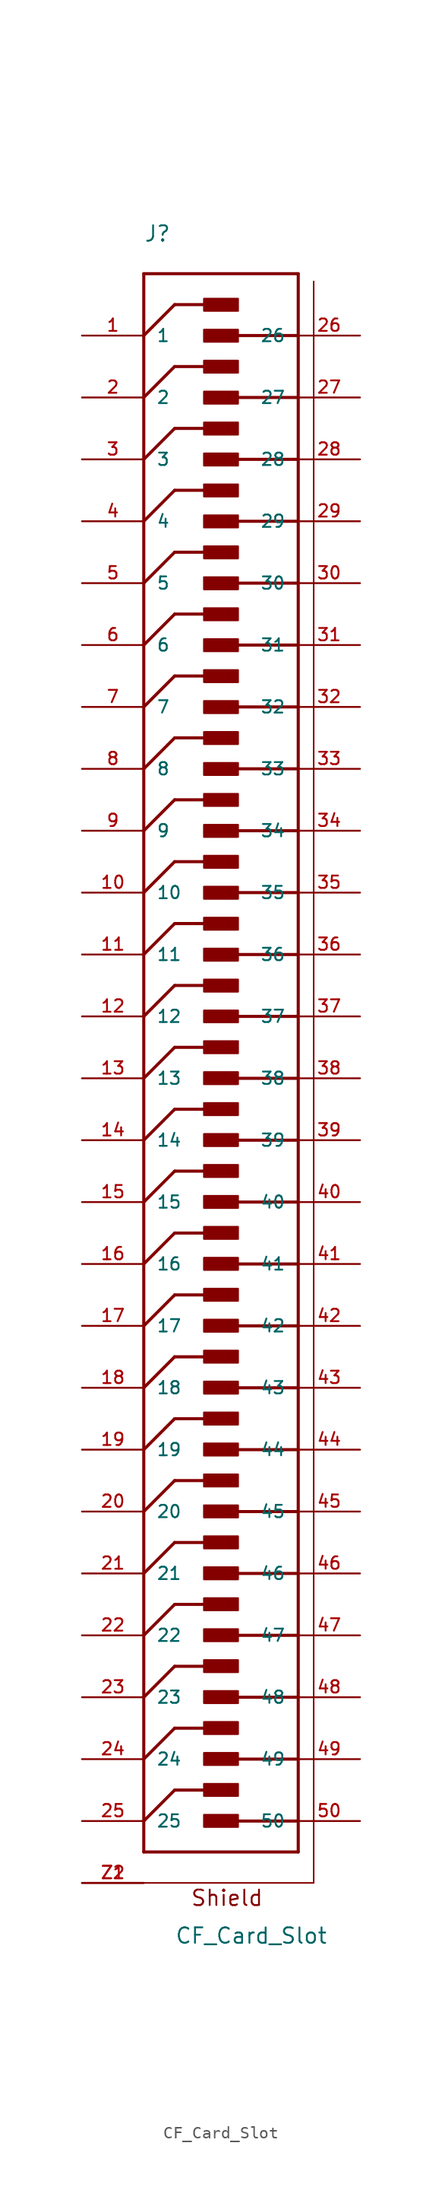
<source format=kicad_sym>
(kicad_symbol_lib
  (version 20211014)
  (generator kicad_symbol_editor)
  (symbol "CF_Card_Slot"
    (pin_names
      (offset 1.016))
    (property "Reference" "J"
      (at -5.08 63.5 0)
      (effects (font (size 1.27 1.27)) (justify left bottom)))
    (property "Value" "CF_Card_Slot"
      (at -2.54 -76.2 0)
      (effects (font (size 1.27 1.27)) (justify left bottom)))
    (symbol "CF_Card_Slot_0_0"
      (rectangle (start -0.127 -66.523) (end 2.667 -65.532) (stroke (width 0) (type default) (color 0 0 0 0)) (fill (type outline)))
      (rectangle (start -0.127 -63.983) (end 2.667 -62.992) (stroke (width 0) (type default) (color 0 0 0 0)) (fill (type outline)))
      (rectangle (start -0.127 -61.443) (end 2.667 -60.452) (stroke (width 0) (type default) (color 0 0 0 0)) (fill (type outline)))
      (rectangle (start -0.127 -58.903) (end 2.667 -57.912) (stroke (width 0) (type default) (color 0 0 0 0)) (fill (type outline)))
      (rectangle (start -0.127 -56.363) (end 2.667 -55.372) (stroke (width 0) (type default) (color 0 0 0 0)) (fill (type outline)))
      (rectangle (start -0.127 -53.823) (end 2.667 -52.832) (stroke (width 0) (type default) (color 0 0 0 0)) (fill (type outline)))
      (rectangle (start -0.127 -51.283) (end 2.667 -50.292) (stroke (width 0) (type default) (color 0 0 0 0)) (fill (type outline)))
      (rectangle (start -0.127 -48.743) (end 2.667 -47.752) (stroke (width 0) (type default) (color 0 0 0 0)) (fill (type outline)))
      (rectangle (start -0.127 -46.203) (end 2.667 -45.212) (stroke (width 0) (type default) (color 0 0 0 0)) (fill (type outline)))
      (rectangle (start -0.127 -43.663) (end 2.667 -42.672) (stroke (width 0) (type default) (color 0 0 0 0)) (fill (type outline)))
      (rectangle (start -0.127 -41.123) (end 2.667 -40.132) (stroke (width 0) (type default) (color 0 0 0 0)) (fill (type outline)))
      (rectangle (start -0.127 -38.583) (end 2.667 -37.592) (stroke (width 0) (type default) (color 0 0 0 0)) (fill (type outline)))
      (rectangle (start -0.127 -36.043) (end 2.667 -35.052) (stroke (width 0) (type default) (color 0 0 0 0)) (fill (type outline)))
      (rectangle (start -0.127 -33.503) (end 2.667 -32.512) (stroke (width 0) (type default) (color 0 0 0 0)) (fill (type outline)))
      (rectangle (start -0.127 -30.963) (end 2.667 -29.972) (stroke (width 0) (type default) (color 0 0 0 0)) (fill (type outline)))
      (rectangle (start -0.127 -28.423) (end 2.667 -27.432) (stroke (width 0) (type default) (color 0 0 0 0)) (fill (type outline)))
      (rectangle (start -0.127 -25.883) (end 2.667 -24.892) (stroke (width 0) (type default) (color 0 0 0 0)) (fill (type outline)))
      (rectangle (start -0.127 -23.343) (end 2.667 -22.352) (stroke (width 0) (type default) (color 0 0 0 0)) (fill (type outline)))
      (rectangle (start -0.127 -20.803) (end 2.667 -19.812) (stroke (width 0) (type default) (color 0 0 0 0)) (fill (type outline)))
      (rectangle (start -0.127 -18.263) (end 2.667 -17.272) (stroke (width 0) (type default) (color 0 0 0 0)) (fill (type outline)))
      (rectangle (start -0.127 -15.723) (end 2.667 -14.732) (stroke (width 0) (type default) (color 0 0 0 0)) (fill (type outline)))
      (rectangle (start -0.127 -13.183) (end 2.667 -12.192) (stroke (width 0) (type default) (color 0 0 0 0)) (fill (type outline)))
      (rectangle (start -0.127 -10.643) (end 2.667 -9.652) (stroke (width 0) (type default) (color 0 0 0 0)) (fill (type outline)))
      (rectangle (start -0.127 -8.103) (end 2.667 -7.112) (stroke (width 0) (type default) (color 0 0 0 0)) (fill (type outline)))
      (rectangle (start -0.127 -5.563) (end 2.667 -4.572) (stroke (width 0) (type default) (color 0 0 0 0)) (fill (type outline)))
      (rectangle (start -0.127 -3.023) (end 2.667 -2.032) (stroke (width 0) (type default) (color 0 0 0 0)) (fill (type outline)))
      (rectangle (start -0.127 -0.483) (end 2.667 0.483) (stroke (width 0) (type default) (color 0 0 0 0)) (fill (type outline)))
      (rectangle (start -0.127 2.032) (end 2.667 3.023) (stroke (width 0) (type default) (color 0 0 0 0)) (fill (type outline)))
      (rectangle (start -0.127 4.572) (end 2.667 5.563) (stroke (width 0) (type default) (color 0 0 0 0)) (fill (type outline)))
      (rectangle (start -0.127 7.112) (end 2.667 8.103) (stroke (width 0) (type default) (color 0 0 0 0)) (fill (type outline)))
      (rectangle (start -0.127 9.652) (end 2.667 10.643) (stroke (width 0) (type default) (color 0 0 0 0)) (fill (type outline)))
      (rectangle (start -0.127 12.192) (end 2.667 13.183) (stroke (width 0) (type default) (color 0 0 0 0)) (fill (type outline)))
      (rectangle (start -0.127 14.732) (end 2.667 15.723) (stroke (width 0) (type default) (color 0 0 0 0)) (fill (type outline)))
      (rectangle (start -0.127 17.272) (end 2.667 18.263) (stroke (width 0) (type default) (color 0 0 0 0)) (fill (type outline)))
      (rectangle (start -0.127 19.812) (end 2.667 20.803) (stroke (width 0) (type default) (color 0 0 0 0)) (fill (type outline)))
      (rectangle (start -0.127 22.352) (end 2.667 23.343) (stroke (width 0) (type default) (color 0 0 0 0)) (fill (type outline)))
      (rectangle (start -0.127 24.892) (end 2.667 25.883) (stroke (width 0) (type default) (color 0 0 0 0)) (fill (type outline)))
      (rectangle (start -0.127 27.432) (end 2.667 28.423) (stroke (width 0) (type default) (color 0 0 0 0)) (fill (type outline)))
      (rectangle (start -0.127 29.972) (end 2.667 30.963) (stroke (width 0) (type default) (color 0 0 0 0)) (fill (type outline)))
      (rectangle (start -0.127 32.512) (end 2.667 33.503) (stroke (width 0) (type default) (color 0 0 0 0)) (fill (type outline)))
      (rectangle (start -0.127 35.052) (end 2.667 36.043) (stroke (width 0) (type default) (color 0 0 0 0)) (fill (type outline)))
      (rectangle (start -0.127 37.592) (end 2.667 38.583) (stroke (width 0) (type default) (color 0 0 0 0)) (fill (type outline)))
      (rectangle (start -0.127 40.132) (end 2.667 41.123) (stroke (width 0) (type default) (color 0 0 0 0)) (fill (type outline)))
      (rectangle (start -0.127 42.672) (end 2.667 43.663) (stroke (width 0) (type default) (color 0 0 0 0)) (fill (type outline)))
      (rectangle (start -0.127 45.212) (end 2.667 46.203) (stroke (width 0) (type default) (color 0 0 0 0)) (fill (type outline)))
      (rectangle (start -0.127 47.752) (end 2.667 48.743) (stroke (width 0) (type default) (color 0 0 0 0)) (fill (type outline)))
      (rectangle (start -0.127 50.292) (end 2.667 51.283) (stroke (width 0) (type default) (color 0 0 0 0)) (fill (type outline)))
      (rectangle (start -0.127 52.832) (end 2.667 53.823) (stroke (width 0) (type default) (color 0 0 0 0)) (fill (type outline)))
      (rectangle (start -0.127 55.372) (end 2.667 56.363) (stroke (width 0) (type default) (color 0 0 0 0)) (fill (type outline)))
      (rectangle (start -0.127 57.912) (end 2.667 58.903) (stroke (width 0) (type default) (color 0 0 0 0)) (fill (type outline)))
      (polyline (pts (xy -5.08 -71.12) (xy 8.89 -71.12)) (stroke (width 0.127) (type default) (color 0 0 0 0)) (fill (type none)))
      (polyline (pts (xy -5.08 -68.58) (xy 7.62 -68.58)) (stroke (width 0.254) (type default) (color 0 0 0 0)) (fill (type none)))
      (polyline (pts (xy -5.08 55.88) (xy -5.08 -68.58)) (stroke (width 0.254) (type default) (color 0 0 0 0)) (fill (type none)))
      (polyline (pts (xy -5.08 60.96) (xy -5.08 55.88)) (stroke (width 0.254) (type default) (color 0 0 0 0)) (fill (type none)))
      (polyline (pts (xy -5.08 60.96) (xy 7.62 60.96)) (stroke (width 0.254) (type default) (color 0 0 0 0)) (fill (type none)))
      (polyline (pts (xy -2.54 -63.5) (xy -5.08 -66.04)) (stroke (width 0.254) (type default) (color 0 0 0 0)) (fill (type none)))
      (polyline (pts (xy -2.54 -58.42) (xy -5.08 -60.96)) (stroke (width 0.254) (type default) (color 0 0 0 0)) (fill (type none)))
      (polyline (pts (xy -2.54 -53.34) (xy -5.08 -55.88)) (stroke (width 0.254) (type default) (color 0 0 0 0)) (fill (type none)))
      (polyline (pts (xy -2.54 -48.26) (xy -5.08 -50.8)) (stroke (width 0.254) (type default) (color 0 0 0 0)) (fill (type none)))
      (polyline (pts (xy -2.54 -43.18) (xy -5.08 -45.72)) (stroke (width 0.254) (type default) (color 0 0 0 0)) (fill (type none)))
      (polyline (pts (xy -2.54 -38.1) (xy -5.08 -40.64)) (stroke (width 0.254) (type default) (color 0 0 0 0)) (fill (type none)))
      (polyline (pts (xy -2.54 -33.02) (xy -5.08 -35.56)) (stroke (width 0.254) (type default) (color 0 0 0 0)) (fill (type none)))
      (polyline (pts (xy -2.54 -27.94) (xy -5.08 -30.48)) (stroke (width 0.254) (type default) (color 0 0 0 0)) (fill (type none)))
      (polyline (pts (xy -2.54 -22.86) (xy -5.08 -25.4)) (stroke (width 0.254) (type default) (color 0 0 0 0)) (fill (type none)))
      (polyline (pts (xy -2.54 -17.78) (xy -5.08 -20.32)) (stroke (width 0.254) (type default) (color 0 0 0 0)) (fill (type none)))
      (polyline (pts (xy -2.54 -12.7) (xy -5.08 -15.24)) (stroke (width 0.254) (type default) (color 0 0 0 0)) (fill (type none)))
      (polyline (pts (xy -2.54 -7.62) (xy -5.08 -10.16)) (stroke (width 0.254) (type default) (color 0 0 0 0)) (fill (type none)))
      (polyline (pts (xy -2.54 -2.54) (xy -5.08 -5.08)) (stroke (width 0.254) (type default) (color 0 0 0 0)) (fill (type none)))
      (polyline (pts (xy -2.54 2.54) (xy -5.08 0)) (stroke (width 0.254) (type default) (color 0 0 0 0)) (fill (type none)))
      (polyline (pts (xy -2.54 7.62) (xy -5.08 5.08)) (stroke (width 0.254) (type default) (color 0 0 0 0)) (fill (type none)))
      (polyline (pts (xy -2.54 12.7) (xy -5.08 10.16)) (stroke (width 0.254) (type default) (color 0 0 0 0)) (fill (type none)))
      (polyline (pts (xy -2.54 17.78) (xy -5.08 15.24)) (stroke (width 0.254) (type default) (color 0 0 0 0)) (fill (type none)))
      (polyline (pts (xy -2.54 22.86) (xy -5.08 20.32)) (stroke (width 0.254) (type default) (color 0 0 0 0)) (fill (type none)))
      (polyline (pts (xy -2.54 27.94) (xy -5.08 25.4)) (stroke (width 0.254) (type default) (color 0 0 0 0)) (fill (type none)))
      (polyline (pts (xy -2.54 33.02) (xy -5.08 30.48)) (stroke (width 0.254) (type default) (color 0 0 0 0)) (fill (type none)))
      (polyline (pts (xy -2.54 38.1) (xy -5.08 35.56)) (stroke (width 0.254) (type default) (color 0 0 0 0)) (fill (type none)))
      (polyline (pts (xy -2.54 43.18) (xy -5.08 40.64)) (stroke (width 0.254) (type default) (color 0 0 0 0)) (fill (type none)))
      (polyline (pts (xy -2.54 48.26) (xy -5.08 45.72)) (stroke (width 0.254) (type default) (color 0 0 0 0)) (fill (type none)))
      (polyline (pts (xy -2.54 53.34) (xy -5.08 50.8)) (stroke (width 0.254) (type default) (color 0 0 0 0)) (fill (type none)))
      (polyline (pts (xy -2.54 58.42) (xy -5.08 55.88)) (stroke (width 0.254) (type default) (color 0 0 0 0)) (fill (type none)))
      (polyline (pts (xy 0 -63.5) (xy -2.54 -63.5)) (stroke (width 0.254) (type default) (color 0 0 0 0)) (fill (type none)))
      (polyline (pts (xy 0 -58.42) (xy -2.54 -58.42)) (stroke (width 0.254) (type default) (color 0 0 0 0)) (fill (type none)))
      (polyline (pts (xy 0 -53.34) (xy -2.54 -53.34)) (stroke (width 0.254) (type default) (color 0 0 0 0)) (fill (type none)))
      (polyline (pts (xy 0 -48.26) (xy -2.54 -48.26)) (stroke (width 0.254) (type default) (color 0 0 0 0)) (fill (type none)))
      (polyline (pts (xy 0 -43.18) (xy -2.54 -43.18)) (stroke (width 0.254) (type default) (color 0 0 0 0)) (fill (type none)))
      (polyline (pts (xy 0 -38.1) (xy -2.54 -38.1)) (stroke (width 0.254) (type default) (color 0 0 0 0)) (fill (type none)))
      (polyline (pts (xy 0 -33.02) (xy -2.54 -33.02)) (stroke (width 0.254) (type default) (color 0 0 0 0)) (fill (type none)))
      (polyline (pts (xy 0 -27.94) (xy -2.54 -27.94)) (stroke (width 0.254) (type default) (color 0 0 0 0)) (fill (type none)))
      (polyline (pts (xy 0 -22.86) (xy -2.54 -22.86)) (stroke (width 0.254) (type default) (color 0 0 0 0)) (fill (type none)))
      (polyline (pts (xy 0 -17.78) (xy -2.54 -17.78)) (stroke (width 0.254) (type default) (color 0 0 0 0)) (fill (type none)))
      (polyline (pts (xy 0 -12.7) (xy -2.54 -12.7)) (stroke (width 0.254) (type default) (color 0 0 0 0)) (fill (type none)))
      (polyline (pts (xy 0 -7.62) (xy -2.54 -7.62)) (stroke (width 0.254) (type default) (color 0 0 0 0)) (fill (type none)))
      (polyline (pts (xy 0 -2.54) (xy -2.54 -2.54)) (stroke (width 0.254) (type default) (color 0 0 0 0)) (fill (type none)))
      (polyline (pts (xy 0 2.54) (xy -2.54 2.54)) (stroke (width 0.254) (type default) (color 0 0 0 0)) (fill (type none)))
      (polyline (pts (xy 0 7.62) (xy -2.54 7.62)) (stroke (width 0.254) (type default) (color 0 0 0 0)) (fill (type none)))
      (polyline (pts (xy 0 12.7) (xy -2.54 12.7)) (stroke (width 0.254) (type default) (color 0 0 0 0)) (fill (type none)))
      (polyline (pts (xy 0 17.78) (xy -2.54 17.78)) (stroke (width 0.254) (type default) (color 0 0 0 0)) (fill (type none)))
      (polyline (pts (xy 0 22.86) (xy -2.54 22.86)) (stroke (width 0.254) (type default) (color 0 0 0 0)) (fill (type none)))
      (polyline (pts (xy 0 27.94) (xy -2.54 27.94)) (stroke (width 0.254) (type default) (color 0 0 0 0)) (fill (type none)))
      (polyline (pts (xy 0 33.02) (xy -2.54 33.02)) (stroke (width 0.254) (type default) (color 0 0 0 0)) (fill (type none)))
      (polyline (pts (xy 0 38.1) (xy -2.54 38.1)) (stroke (width 0.254) (type default) (color 0 0 0 0)) (fill (type none)))
      (polyline (pts (xy 0 43.18) (xy -2.54 43.18)) (stroke (width 0.254) (type default) (color 0 0 0 0)) (fill (type none)))
      (polyline (pts (xy 0 48.26) (xy -2.54 48.26)) (stroke (width 0.254) (type default) (color 0 0 0 0)) (fill (type none)))
      (polyline (pts (xy 0 53.34) (xy -2.54 53.34)) (stroke (width 0.254) (type default) (color 0 0 0 0)) (fill (type none)))
      (polyline (pts (xy 0 58.42) (xy -2.54 58.42)) (stroke (width 0.254) (type default) (color 0 0 0 0)) (fill (type none)))
      (polyline (pts (xy 2.54 -66.04) (xy 7.62 -66.04)) (stroke (width 0.254) (type default) (color 0 0 0 0)) (fill (type none)))
      (polyline (pts (xy 2.54 -60.96) (xy 7.62 -60.96)) (stroke (width 0.254) (type default) (color 0 0 0 0)) (fill (type none)))
      (polyline (pts (xy 2.54 -55.88) (xy 7.62 -55.88)) (stroke (width 0.254) (type default) (color 0 0 0 0)) (fill (type none)))
      (polyline (pts (xy 2.54 -50.8) (xy 7.62 -50.8)) (stroke (width 0.254) (type default) (color 0 0 0 0)) (fill (type none)))
      (polyline (pts (xy 2.54 -45.72) (xy 7.62 -45.72)) (stroke (width 0.254) (type default) (color 0 0 0 0)) (fill (type none)))
      (polyline (pts (xy 2.54 -40.64) (xy 7.62 -40.64)) (stroke (width 0.254) (type default) (color 0 0 0 0)) (fill (type none)))
      (polyline (pts (xy 2.54 -35.56) (xy 7.62 -35.56)) (stroke (width 0.254) (type default) (color 0 0 0 0)) (fill (type none)))
      (polyline (pts (xy 2.54 -30.48) (xy 7.62 -30.48)) (stroke (width 0.254) (type default) (color 0 0 0 0)) (fill (type none)))
      (polyline (pts (xy 2.54 -25.4) (xy 7.62 -25.4)) (stroke (width 0.254) (type default) (color 0 0 0 0)) (fill (type none)))
      (polyline (pts (xy 2.54 -20.32) (xy 7.62 -20.32)) (stroke (width 0.254) (type default) (color 0 0 0 0)) (fill (type none)))
      (polyline (pts (xy 2.54 -15.24) (xy 7.62 -15.24)) (stroke (width 0.254) (type default) (color 0 0 0 0)) (fill (type none)))
      (polyline (pts (xy 2.54 -10.16) (xy 7.62 -10.16)) (stroke (width 0.254) (type default) (color 0 0 0 0)) (fill (type none)))
      (polyline (pts (xy 2.54 -5.08) (xy 7.62 -5.08)) (stroke (width 0.254) (type default) (color 0 0 0 0)) (fill (type none)))
      (polyline (pts (xy 2.54 0) (xy 7.62 0)) (stroke (width 0.254) (type default) (color 0 0 0 0)) (fill (type none)))
      (polyline (pts (xy 2.54 5.08) (xy 7.62 5.08)) (stroke (width 0.254) (type default) (color 0 0 0 0)) (fill (type none)))
      (polyline (pts (xy 2.54 10.16) (xy 7.62 10.16)) (stroke (width 0.254) (type default) (color 0 0 0 0)) (fill (type none)))
      (polyline (pts (xy 2.54 15.24) (xy 7.62 15.24)) (stroke (width 0.254) (type default) (color 0 0 0 0)) (fill (type none)))
      (polyline (pts (xy 2.54 20.32) (xy 7.62 20.32)) (stroke (width 0.254) (type default) (color 0 0 0 0)) (fill (type none)))
      (polyline (pts (xy 2.54 25.4) (xy 7.62 25.4)) (stroke (width 0.254) (type default) (color 0 0 0 0)) (fill (type none)))
      (polyline (pts (xy 2.54 30.48) (xy 7.62 30.48)) (stroke (width 0.254) (type default) (color 0 0 0 0)) (fill (type none)))
      (polyline (pts (xy 2.54 35.56) (xy 7.62 35.56)) (stroke (width 0.254) (type default) (color 0 0 0 0)) (fill (type none)))
      (polyline (pts (xy 2.54 40.64) (xy 7.62 40.64)) (stroke (width 0.254) (type default) (color 0 0 0 0)) (fill (type none)))
      (polyline (pts (xy 2.54 45.72) (xy 7.62 45.72)) (stroke (width 0.254) (type default) (color 0 0 0 0)) (fill (type none)))
      (polyline (pts (xy 2.54 50.8) (xy 7.62 50.8)) (stroke (width 0.254) (type default) (color 0 0 0 0)) (fill (type none)))
      (polyline (pts (xy 2.54 55.88) (xy 7.62 55.88)) (stroke (width 0.254) (type default) (color 0 0 0 0)) (fill (type none)))
      (polyline (pts (xy 7.62 -68.58) (xy 7.62 55.88)) (stroke (width 0.254) (type default) (color 0 0 0 0)) (fill (type none)))
      (polyline (pts (xy 7.62 55.88) (xy 7.62 60.96)) (stroke (width 0.254) (type default) (color 0 0 0 0)) (fill (type none)))
      (polyline (pts (xy 8.89 -71.12) (xy 8.89 60.325)) (stroke (width 0.127) (type default) (color 0 0 0 0)) (fill (type none)))
      (text "Shield" (at -1.27 -73.101 0) (effects (font (size 1.27 1.27)) (justify left bottom)))
      (pin power_in line (at -10.16 55.88 0) (length 5.08) (name "1" (effects (font (size 1.016 1.016)))) (number "1" (effects (font (size 1.016 1.016)))))
      (pin bidirectional line (at -10.16 10.16 0) (length 5.08) (name "10" (effects (font (size 1.016 1.016)))) (number "10" (effects (font (size 1.016 1.016)))))
      (pin bidirectional line (at -10.16 5.08 0) (length 5.08) (name "11" (effects (font (size 1.016 1.016)))) (number "11" (effects (font (size 1.016 1.016)))))
      (pin bidirectional line (at -10.16 0 0) (length 5.08) (name "12" (effects (font (size 1.016 1.016)))) (number "12" (effects (font (size 1.016 1.016)))))
      (pin power_in line (at -10.16 -5.08 0) (length 5.08) (name "13" (effects (font (size 1.016 1.016)))) (number "13" (effects (font (size 1.016 1.016)))))
      (pin bidirectional line (at -10.16 -10.16 0) (length 5.08) (name "14" (effects (font (size 1.016 1.016)))) (number "14" (effects (font (size 1.016 1.016)))))
      (pin bidirectional line (at -10.16 -15.24 0) (length 5.08) (name "15" (effects (font (size 1.016 1.016)))) (number "15" (effects (font (size 1.016 1.016)))))
      (pin bidirectional line (at -10.16 -20.32 0) (length 5.08) (name "16" (effects (font (size 1.016 1.016)))) (number "16" (effects (font (size 1.016 1.016)))))
      (pin bidirectional line (at -10.16 -25.4 0) (length 5.08) (name "17" (effects (font (size 1.016 1.016)))) (number "17" (effects (font (size 1.016 1.016)))))
      (pin bidirectional line (at -10.16 -30.48 0) (length 5.08) (name "18" (effects (font (size 1.016 1.016)))) (number "18" (effects (font (size 1.016 1.016)))))
      (pin bidirectional line (at -10.16 -35.56 0) (length 5.08) (name "19" (effects (font (size 1.016 1.016)))) (number "19" (effects (font (size 1.016 1.016)))))
      (pin bidirectional line (at -10.16 50.8 0) (length 5.08) (name "2" (effects (font (size 1.016 1.016)))) (number "2" (effects (font (size 1.016 1.016)))))
      (pin bidirectional line (at -10.16 -40.64 0) (length 5.08) (name "20" (effects (font (size 1.016 1.016)))) (number "20" (effects (font (size 1.016 1.016)))))
      (pin bidirectional line (at -10.16 -45.72 0) (length 5.08) (name "21" (effects (font (size 1.016 1.016)))) (number "21" (effects (font (size 1.016 1.016)))))
      (pin bidirectional line (at -10.16 -50.8 0) (length 5.08) (name "22" (effects (font (size 1.016 1.016)))) (number "22" (effects (font (size 1.016 1.016)))))
      (pin bidirectional line (at -10.16 -55.88 0) (length 5.08) (name "23" (effects (font (size 1.016 1.016)))) (number "23" (effects (font (size 1.016 1.016)))))
      (pin bidirectional line (at -10.16 -60.96 0) (length 5.08) (name "24" (effects (font (size 1.016 1.016)))) (number "24" (effects (font (size 1.016 1.016)))))
      (pin bidirectional line (at -10.16 -66.04 0) (length 5.08) (name "25" (effects (font (size 1.016 1.016)))) (number "25" (effects (font (size 1.016 1.016)))))
      (pin bidirectional line (at 12.7 55.88 180) (length 5.08) (name "26" (effects (font (size 1.016 1.016)))) (number "26" (effects (font (size 1.016 1.016)))))
      (pin bidirectional line (at 12.7 50.8 180) (length 5.08) (name "27" (effects (font (size 1.016 1.016)))) (number "27" (effects (font (size 1.016 1.016)))))
      (pin bidirectional line (at 12.7 45.72 180) (length 5.08) (name "28" (effects (font (size 1.016 1.016)))) (number "28" (effects (font (size 1.016 1.016)))))
      (pin bidirectional line (at 12.7 40.64 180) (length 5.08) (name "29" (effects (font (size 1.016 1.016)))) (number "29" (effects (font (size 1.016 1.016)))))
      (pin bidirectional line (at -10.16 45.72 0) (length 5.08) (name "3" (effects (font (size 1.016 1.016)))) (number "3" (effects (font (size 1.016 1.016)))))
      (pin bidirectional line (at 12.7 35.56 180) (length 5.08) (name "30" (effects (font (size 1.016 1.016)))) (number "30" (effects (font (size 1.016 1.016)))))
      (pin bidirectional line (at 12.7 30.48 180) (length 5.08) (name "31" (effects (font (size 1.016 1.016)))) (number "31" (effects (font (size 1.016 1.016)))))
      (pin bidirectional line (at 12.7 25.4 180) (length 5.08) (name "32" (effects (font (size 1.016 1.016)))) (number "32" (effects (font (size 1.016 1.016)))))
      (pin bidirectional line (at 12.7 20.32 180) (length 5.08) (name "33" (effects (font (size 1.016 1.016)))) (number "33" (effects (font (size 1.016 1.016)))))
      (pin bidirectional line (at 12.7 15.24 180) (length 5.08) (name "34" (effects (font (size 1.016 1.016)))) (number "34" (effects (font (size 1.016 1.016)))))
      (pin bidirectional line (at 12.7 10.16 180) (length 5.08) (name "35" (effects (font (size 1.016 1.016)))) (number "35" (effects (font (size 1.016 1.016)))))
      (pin bidirectional line (at 12.7 5.08 180) (length 5.08) (name "36" (effects (font (size 1.016 1.016)))) (number "36" (effects (font (size 1.016 1.016)))))
      (pin bidirectional line (at 12.7 0 180) (length 5.08) (name "37" (effects (font (size 1.016 1.016)))) (number "37" (effects (font (size 1.016 1.016)))))
      (pin power_in line (at 12.7 -5.08 180) (length 5.08) (name "38" (effects (font (size 1.016 1.016)))) (number "38" (effects (font (size 1.016 1.016)))))
      (pin bidirectional line (at 12.7 -10.16 180) (length 5.08) (name "39" (effects (font (size 1.016 1.016)))) (number "39" (effects (font (size 1.016 1.016)))))
      (pin bidirectional line (at -10.16 40.64 0) (length 5.08) (name "4" (effects (font (size 1.016 1.016)))) (number "4" (effects (font (size 1.016 1.016)))))
      (pin bidirectional line (at 12.7 -15.24 180) (length 5.08) (name "40" (effects (font (size 1.016 1.016)))) (number "40" (effects (font (size 1.016 1.016)))))
      (pin bidirectional line (at 12.7 -20.32 180) (length 5.08) (name "41" (effects (font (size 1.016 1.016)))) (number "41" (effects (font (size 1.016 1.016)))))
      (pin bidirectional line (at 12.7 -25.4 180) (length 5.08) (name "42" (effects (font (size 1.016 1.016)))) (number "42" (effects (font (size 1.016 1.016)))))
      (pin bidirectional line (at 12.7 -30.48 180) (length 5.08) (name "43" (effects (font (size 1.016 1.016)))) (number "43" (effects (font (size 1.016 1.016)))))
      (pin bidirectional line (at 12.7 -35.56 180) (length 5.08) (name "44" (effects (font (size 1.016 1.016)))) (number "44" (effects (font (size 1.016 1.016)))))
      (pin bidirectional line (at 12.7 -40.64 180) (length 5.08) (name "45" (effects (font (size 1.016 1.016)))) (number "45" (effects (font (size 1.016 1.016)))))
      (pin bidirectional line (at 12.7 -45.72 180) (length 5.08) (name "46" (effects (font (size 1.016 1.016)))) (number "46" (effects (font (size 1.016 1.016)))))
      (pin bidirectional line (at 12.7 -50.8 180) (length 5.08) (name "47" (effects (font (size 1.016 1.016)))) (number "47" (effects (font (size 1.016 1.016)))))
      (pin bidirectional line (at 12.7 -55.88 180) (length 5.08) (name "48" (effects (font (size 1.016 1.016)))) (number "48" (effects (font (size 1.016 1.016)))))
      (pin bidirectional line (at 12.7 -60.96 180) (length 5.08) (name "49" (effects (font (size 1.016 1.016)))) (number "49" (effects (font (size 1.016 1.016)))))
      (pin bidirectional line (at -10.16 35.56 0) (length 5.08) (name "5" (effects (font (size 1.016 1.016)))) (number "5" (effects (font (size 1.016 1.016)))))
      (pin power_in line (at 12.7 -66.04 180) (length 5.08) (name "50" (effects (font (size 1.016 1.016)))) (number "50" (effects (font (size 1.016 1.016)))))
      (pin bidirectional line (at -10.16 30.48 0) (length 5.08) (name "6" (effects (font (size 1.016 1.016)))) (number "6" (effects (font (size 1.016 1.016)))))
      (pin bidirectional line (at -10.16 25.4 0) (length 5.08) (name "7" (effects (font (size 1.016 1.016)))) (number "7" (effects (font (size 1.016 1.016)))))
      (pin bidirectional line (at -10.16 20.32 0) (length 5.08) (name "8" (effects (font (size 1.016 1.016)))) (number "8" (effects (font (size 1.016 1.016)))))
      (pin bidirectional line (at -10.16 15.24 0) (length 5.08) (name "9" (effects (font (size 1.016 1.016)))) (number "9" (effects (font (size 1.016 1.016)))))
      (pin bidirectional line (at -10.16 -71.12 0) (length 5.08) (name "~" (effects (font (size 1.016 1.016)))) (number "Z1" (effects (font (size 1.016 1.016)))))
      (pin bidirectional line (at -10.16 -71.12 0) (length 5.08) (name "~" (effects (font (size 1.016 1.016)))) (number "Z2" (effects (font (size 1.016 1.016))))))))
</source>
